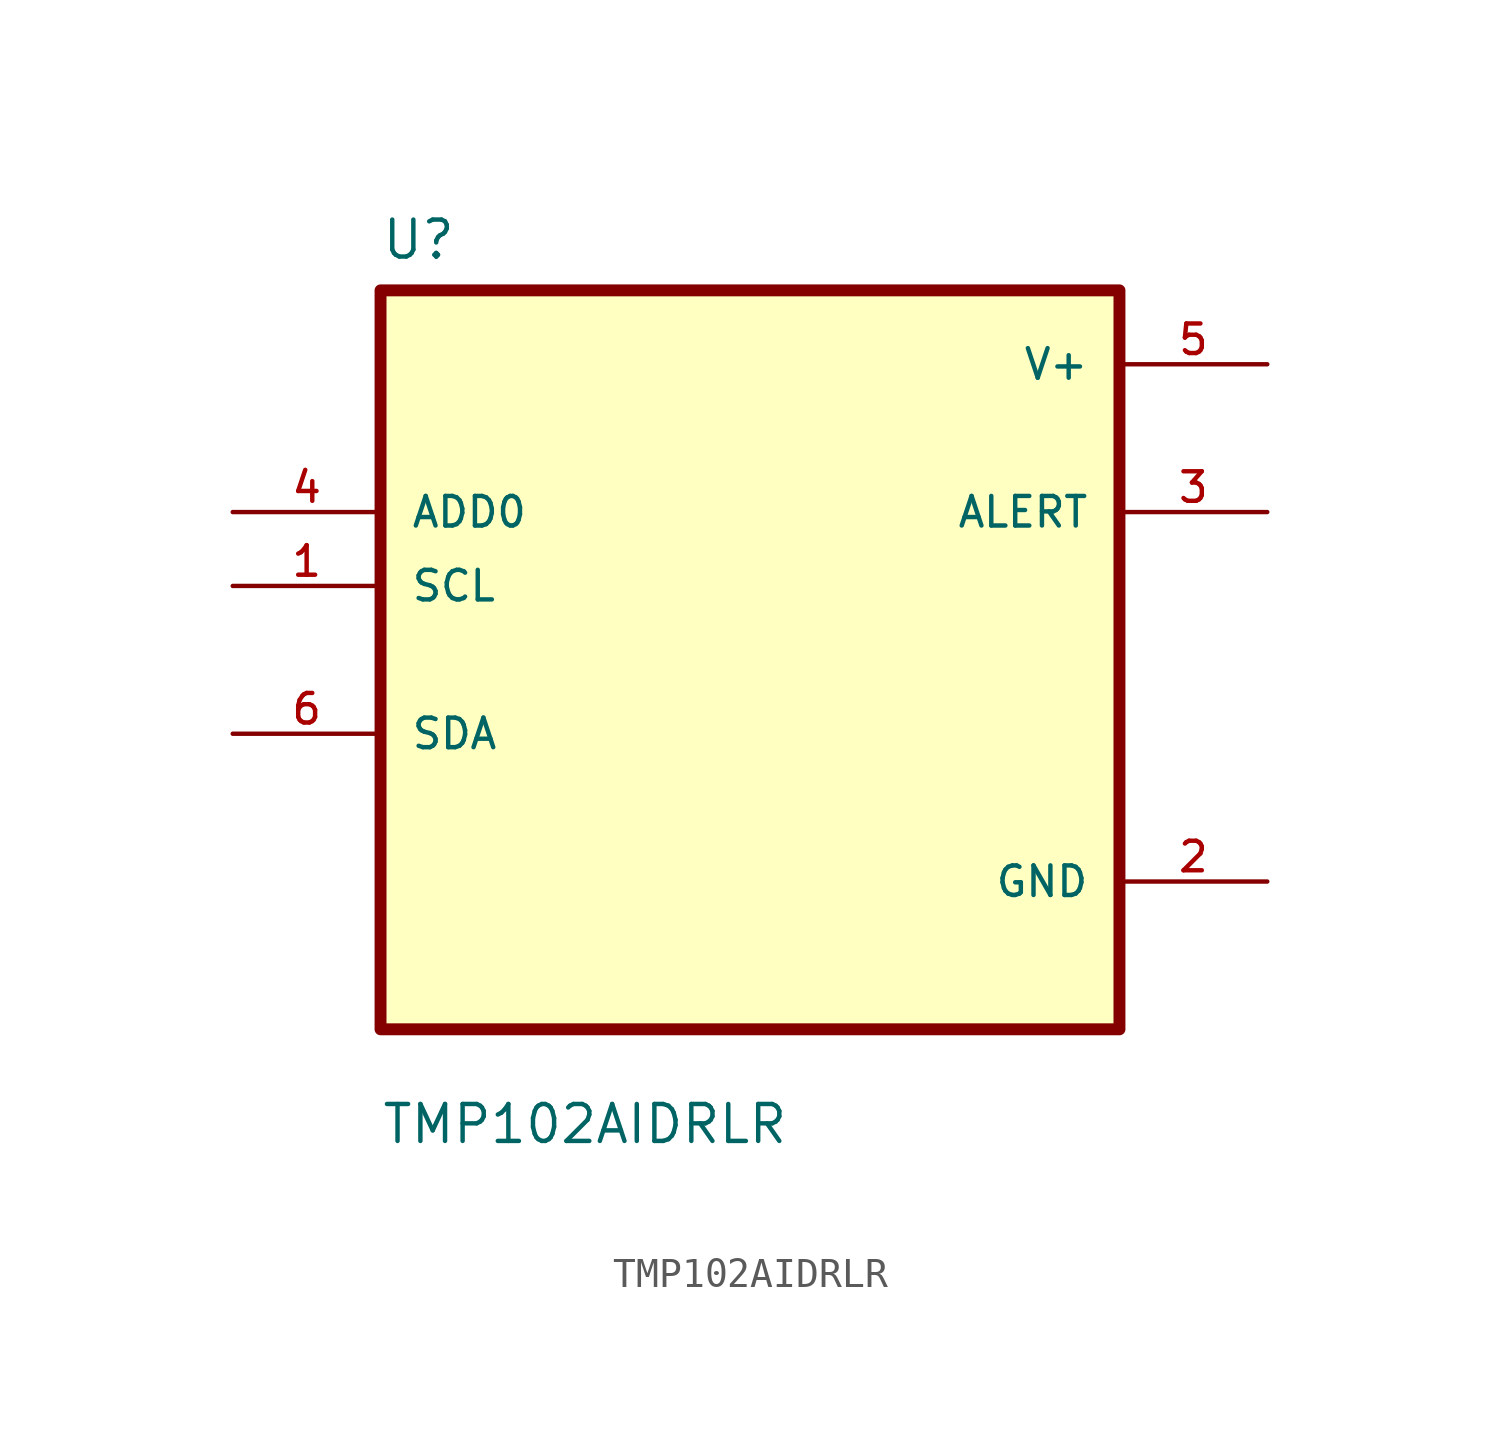
<source format=kicad_sym>
(kicad_symbol_lib
  (version 20211014)
  (generator kicad_symbol_editor)
  (symbol "TMP102AIDRLR"
    (pin_names
      (offset 1.016))
    (property "Reference" "U"
      (at -12.7 13.7 0.0)
      (effects (font (size 1.27 1.27)) (justify bottom left)))
    (property "Value" "TMP102AIDRLR"
      (at -12.7 -16.7 0.0)
      (effects (font (size 1.27 1.27)) (justify bottom left)))
    (symbol "TMP102AIDRLR_0_0"
      (rectangle (start -12.7 -12.7) (end 12.7 12.7) (stroke (width 0.41)) (fill (type background)))
      (pin input line (at -17.78 5.08 0) (length 5.08) (name "ADD0" (effects (font (size 1.016 1.016)))) (number "4" (effects (font (size 1.016 1.016)))))
      (pin input line (at -17.78 2.54 0) (length 5.08) (name "SCL" (effects (font (size 1.016 1.016)))) (number "1" (effects (font (size 1.016 1.016)))))
      (pin bidirectional line (at -17.78 -2.54 0) (length 5.08) (name "SDA" (effects (font (size 1.016 1.016)))) (number "6" (effects (font (size 1.016 1.016)))))
      (pin power_in line (at 17.78 10.16 180.0) (length 5.08) (name "V+" (effects (font (size 1.016 1.016)))) (number "5" (effects (font (size 1.016 1.016)))))
      (pin output line (at 17.78 5.08 180.0) (length 5.08) (name "ALERT" (effects (font (size 1.016 1.016)))) (number "3" (effects (font (size 1.016 1.016)))))
      (pin power_in line (at 17.78 -7.62 180.0) (length 5.08) (name "GND" (effects (font (size 1.016 1.016)))) (number "2" (effects (font (size 1.016 1.016))))))))
</source>
